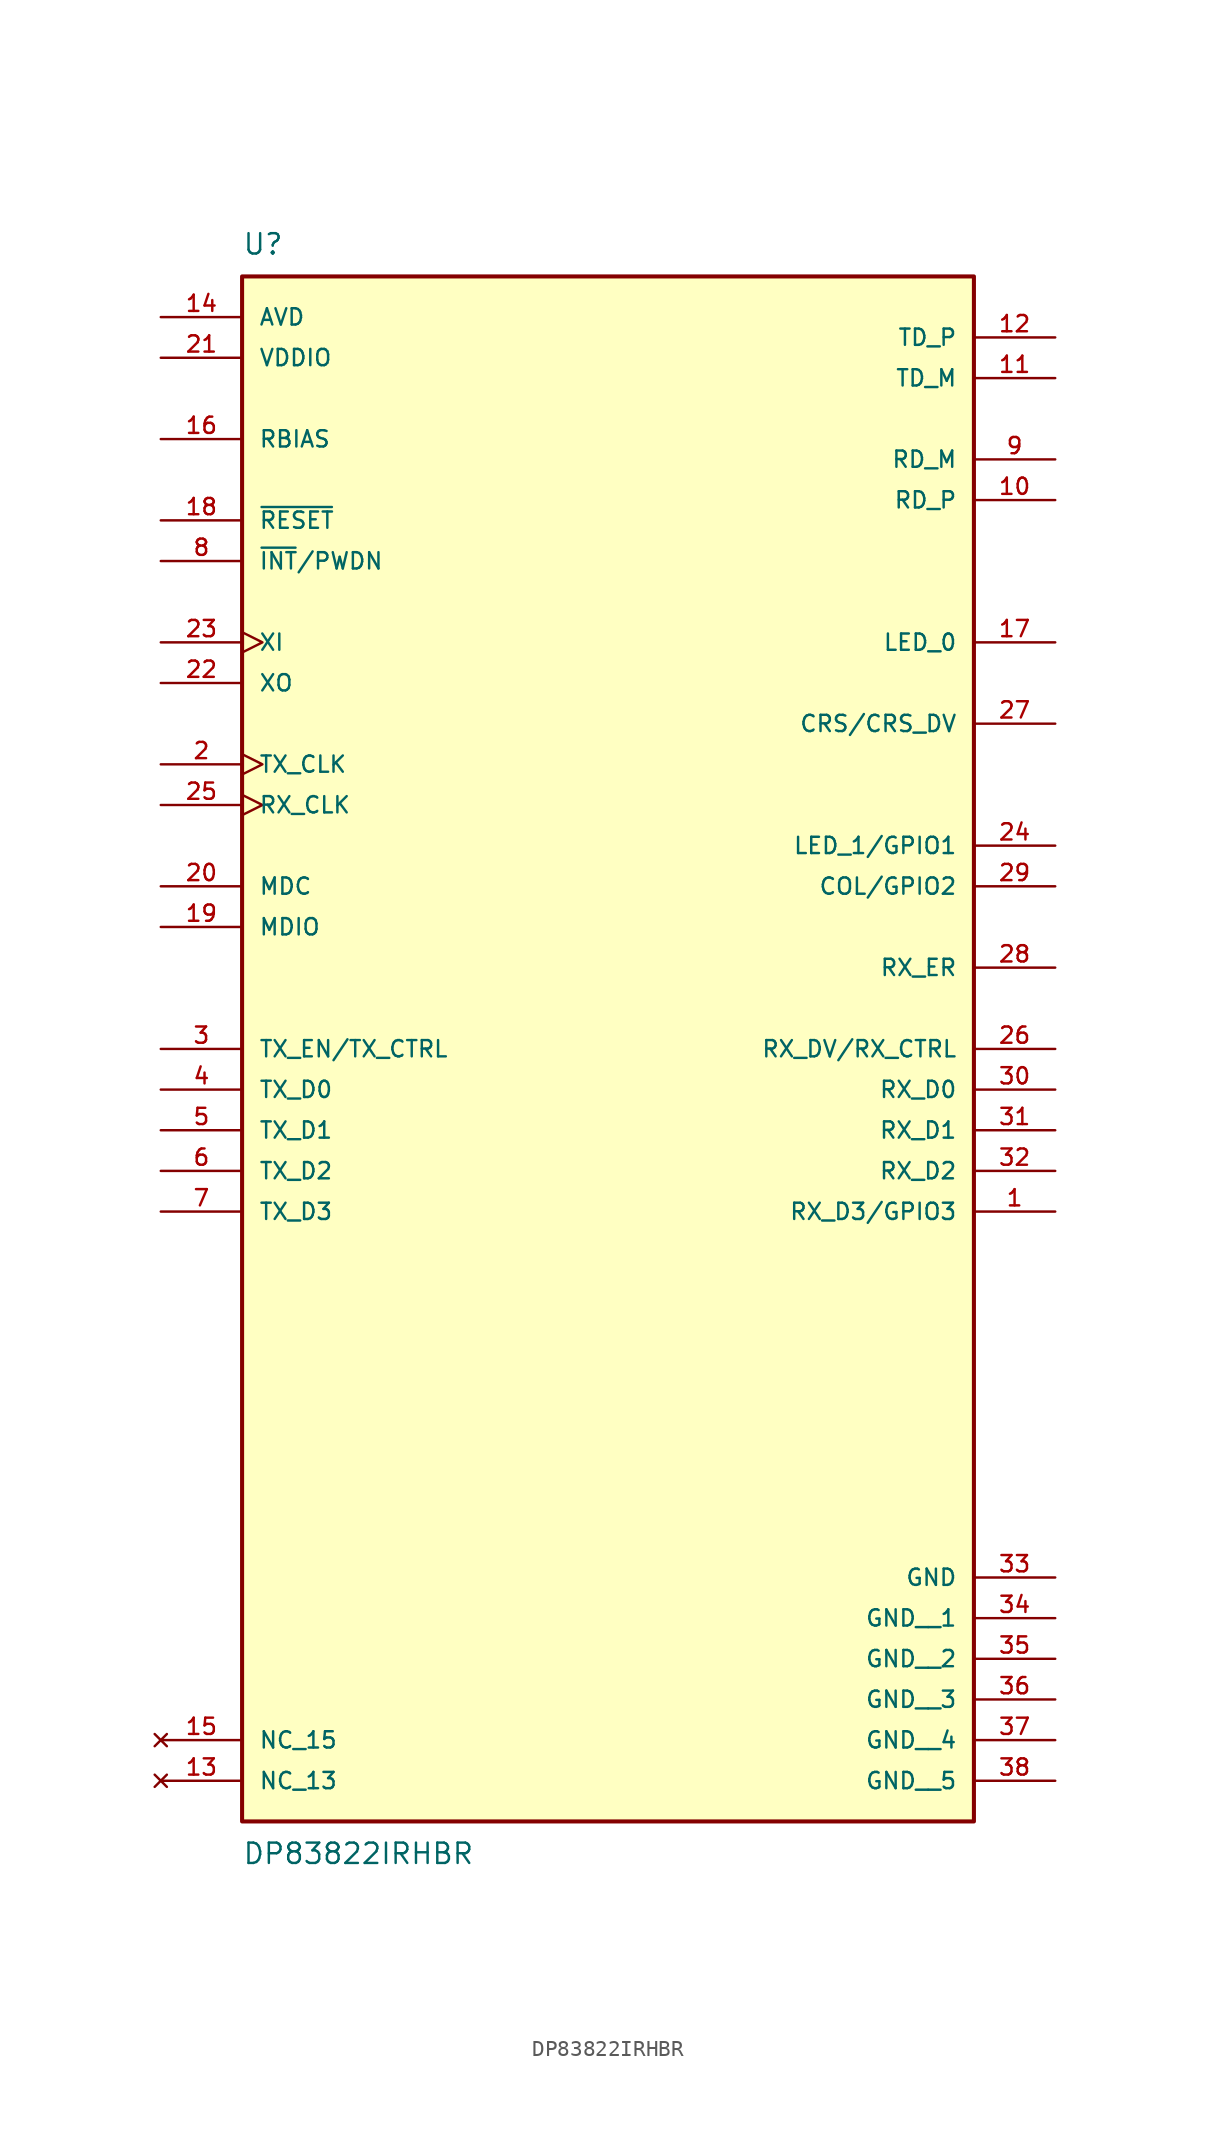
<source format=kicad_sym>
(kicad_symbol_lib
  (version 20241209)
  (generator "kicad_symbol_editor")
  (generator_version "9.0")
  (symbol "DP83822IRHBR"
    (pin_names
      (offset 1.016))
    (property "Reference" "U"
      (at -22.86 41.91 0)
      (effects (font (size 1.27 1.27)) (justify left bottom)))
    (property "Value" "DP83822IRHBR"
      (at -22.86 -57.15 0)
      (effects (font (size 1.27 1.27)) (justify left top)))
    (symbol "DP83822IRHBR_0_0"
      (rectangle (start -22.86 -55.88) (end 22.86 40.64) (stroke (width 0.254) (type default)) (fill (type background)))
      (pin power_in line (at -27.94 38.1 0) (length 5.08) (name "AVD" (effects (font (size 1.016 1.016)))) (number "14" (effects (font (size 1.016 1.016)))))
      (pin power_in line (at -27.94 35.56 0) (length 5.08) (name "VDDIO" (effects (font (size 1.016 1.016)))) (number "21" (effects (font (size 1.016 1.016)))))
      (pin input line (at -27.94 30.48 0) (length 5.08) (name "RBIAS" (effects (font (size 1.016 1.016)))) (number "16" (effects (font (size 1.016 1.016)))))
      (pin input line (at -27.94 25.4 0) (length 5.08) (name "~{RESET}" (effects (font (size 1.016 1.016)))) (number "18" (effects (font (size 1.016 1.016)))))
      (pin bidirectional line (at -27.94 22.86 0) (length 5.08) (name "~{INT}/PWDN" (effects (font (size 1.016 1.016)))) (number "8" (effects (font (size 1.016 1.016)))))
      (pin input clock (at -27.94 17.78 0) (length 5.08) (name "XI" (effects (font (size 1.016 1.016)))) (number "23" (effects (font (size 1.016 1.016)))))
      (pin output line (at -27.94 15.24 0) (length 5.08) (name "XO" (effects (font (size 1.016 1.016)))) (number "22" (effects (font (size 1.016 1.016)))))
      (pin input clock (at -27.94 10.16 0) (length 5.08) (name "TX_CLK" (effects (font (size 1.016 1.016)))) (number "2" (effects (font (size 1.016 1.016)))))
      (pin output clock (at -27.94 7.62 0) (length 5.08) (name "RX_CLK" (effects (font (size 1.016 1.016)))) (number "25" (effects (font (size 1.016 1.016)))))
      (pin input line (at -27.94 2.54 0) (length 5.08) (name "MDC" (effects (font (size 1.016 1.016)))) (number "20" (effects (font (size 1.016 1.016)))))
      (pin bidirectional line (at -27.94 0 0) (length 5.08) (name "MDIO" (effects (font (size 1.016 1.016)))) (number "19" (effects (font (size 1.016 1.016)))))
      (pin input line (at -27.94 -7.62 0) (length 5.08) (name "TX_EN/TX_CTRL" (effects (font (size 1.016 1.016)))) (number "3" (effects (font (size 1.016 1.016)))))
      (pin input line (at -27.94 -10.16 0) (length 5.08) (name "TX_D0" (effects (font (size 1.016 1.016)))) (number "4" (effects (font (size 1.016 1.016)))))
      (pin input line (at -27.94 -12.7 0) (length 5.08) (name "TX_D1" (effects (font (size 1.016 1.016)))) (number "5" (effects (font (size 1.016 1.016)))))
      (pin input line (at -27.94 -15.24 0) (length 5.08) (name "TX_D2" (effects (font (size 1.016 1.016)))) (number "6" (effects (font (size 1.016 1.016)))))
      (pin input line (at -27.94 -17.78 0) (length 5.08) (name "TX_D3" (effects (font (size 1.016 1.016)))) (number "7" (effects (font (size 1.016 1.016)))))
      (pin no_connect line (at -27.94 -50.8 0) (length 5.08) (name "NC_15" (effects (font (size 1.016 1.016)))) (number "15" (effects (font (size 1.016 1.016)))))
      (pin no_connect line (at -27.94 -53.34 0) (length 5.08) (name "NC_13" (effects (font (size 1.016 1.016)))) (number "13" (effects (font (size 1.016 1.016)))))
      (pin bidirectional line (at 27.94 36.83 180) (length 5.08) (name "TD_P" (effects (font (size 1.016 1.016)))) (number "12" (effects (font (size 1.016 1.016)))))
      (pin bidirectional line (at 27.94 34.29 180) (length 5.08) (name "TD_M" (effects (font (size 1.016 1.016)))) (number "11" (effects (font (size 1.016 1.016)))))
      (pin bidirectional line (at 27.94 29.21 180) (length 5.08) (name "RD_M" (effects (font (size 1.016 1.016)))) (number "9" (effects (font (size 1.016 1.016)))))
      (pin bidirectional line (at 27.94 26.67 180) (length 5.08) (name "RD_P" (effects (font (size 1.016 1.016)))) (number "10" (effects (font (size 1.016 1.016)))))
      (pin output line (at 27.94 17.78 180) (length 5.08) (name "LED_0" (effects (font (size 1.016 1.016)))) (number "17" (effects (font (size 1.016 1.016)))))
      (pin output line (at 27.94 12.7 180) (length 5.08) (name "CRS/CRS_DV" (effects (font (size 1.016 1.016)))) (number "27" (effects (font (size 1.016 1.016)))))
      (pin bidirectional line (at 27.94 5.08 180) (length 5.08) (name "LED_1/GPIO1" (effects (font (size 1.016 1.016)))) (number "24" (effects (font (size 1.016 1.016)))))
      (pin bidirectional line (at 27.94 2.54 180) (length 5.08) (name "COL/GPIO2" (effects (font (size 1.016 1.016)))) (number "29" (effects (font (size 1.016 1.016)))))
      (pin output line (at 27.94 -2.54 180) (length 5.08) (name "RX_ER" (effects (font (size 1.016 1.016)))) (number "28" (effects (font (size 1.016 1.016)))))
      (pin output line (at 27.94 -7.62 180) (length 5.08) (name "RX_DV/RX_CTRL" (effects (font (size 1.016 1.016)))) (number "26" (effects (font (size 1.016 1.016)))))
      (pin output line (at 27.94 -10.16 180) (length 5.08) (name "RX_D0" (effects (font (size 1.016 1.016)))) (number "30" (effects (font (size 1.016 1.016)))))
      (pin output line (at 27.94 -12.7 180) (length 5.08) (name "RX_D1" (effects (font (size 1.016 1.016)))) (number "31" (effects (font (size 1.016 1.016)))))
      (pin output line (at 27.94 -15.24 180) (length 5.08) (name "RX_D2" (effects (font (size 1.016 1.016)))) (number "32" (effects (font (size 1.016 1.016)))))
      (pin output line (at 27.94 -17.78 180) (length 5.08) (name "RX_D3/GPIO3" (effects (font (size 1.016 1.016)))) (number "1" (effects (font (size 1.016 1.016)))))
      (pin power_in line (at 27.94 -40.64 180) (length 5.08) (name "GND" (effects (font (size 1.016 1.016)))) (number "33" (effects (font (size 1.016 1.016)))))
      (pin power_in line (at 27.94 -43.18 180) (length 5.08) (name "GND__1" (effects (font (size 1.016 1.016)))) (number "34" (effects (font (size 1.016 1.016)))))
      (pin power_in line (at 27.94 -45.72 180) (length 5.08) (name "GND__2" (effects (font (size 1.016 1.016)))) (number "35" (effects (font (size 1.016 1.016)))))
      (pin power_in line (at 27.94 -48.26 180) (length 5.08) (name "GND__3" (effects (font (size 1.016 1.016)))) (number "36" (effects (font (size 1.016 1.016)))))
      (pin power_in line (at 27.94 -50.8 180) (length 5.08) (name "GND__4" (effects (font (size 1.016 1.016)))) (number "37" (effects (font (size 1.016 1.016)))))
      (pin power_in line (at 27.94 -53.34 180) (length 5.08) (name "GND__5" (effects (font (size 1.016 1.016)))) (number "38" (effects (font (size 1.016 1.016))))))))
</source>
